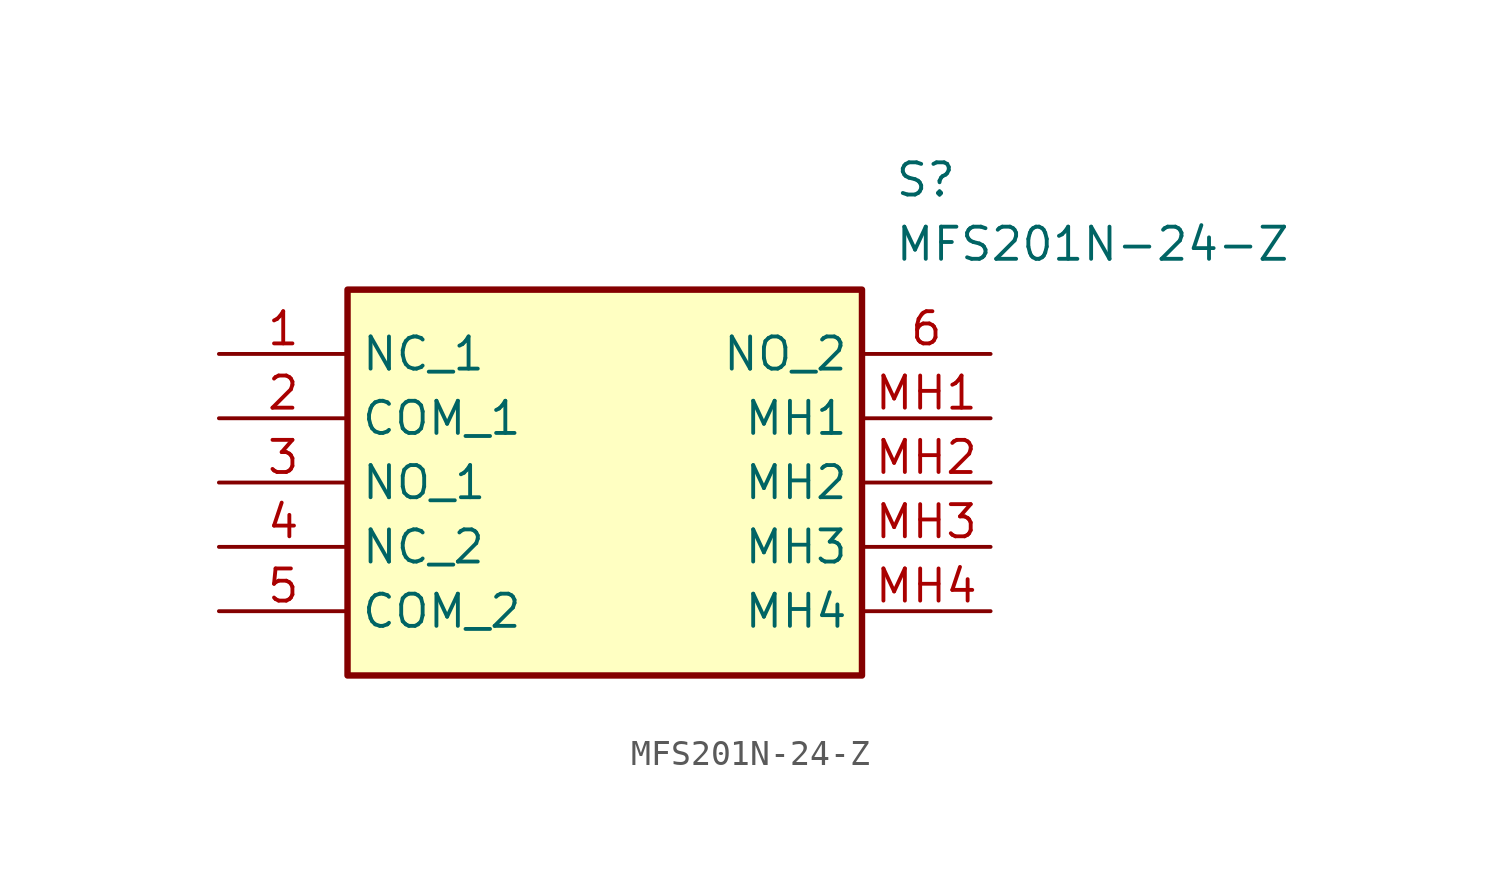
<source format=kicad_sym>
(kicad_symbol_lib
  (version 20211014)
  (generator SamacSys_ECAD_Model)
  (symbol "MFS201N-24-Z"
    (property "Reference" "S"
      (at 26.67 7.62 0)
      (effects (font (size 1.27 1.27)) (justify left top)))
    (property "Value" "MFS201N-24-Z"
      (at 26.67 5.08 0)
      (effects (font (size 1.27 1.27)) (justify left top)))
    (rectangle
      (start 5.08 2.54)
      (end 25.4 -12.7)
      (stroke (width 0.254) (type default))
      (fill (type background)))
    (pin passive line
      (at 0 0 0)
      (length 5.08)
      (name "NC_1" (effects (font (size 1.27 1.27))))
      (number "1" (effects (font (size 1.27 1.27)))))
    (pin passive line
      (at 0 -2.54 0)
      (length 5.08)
      (name "COM_1" (effects (font (size 1.27 1.27))))
      (number "2" (effects (font (size 1.27 1.27)))))
    (pin passive line
      (at 0 -5.08 0)
      (length 5.08)
      (name "NO_1" (effects (font (size 1.27 1.27))))
      (number "3" (effects (font (size 1.27 1.27)))))
    (pin passive line
      (at 0 -7.62 0)
      (length 5.08)
      (name "NC_2" (effects (font (size 1.27 1.27))))
      (number "4" (effects (font (size 1.27 1.27)))))
    (pin passive line
      (at 0 -10.16 0)
      (length 5.08)
      (name "COM_2" (effects (font (size 1.27 1.27))))
      (number "5" (effects (font (size 1.27 1.27)))))
    (pin passive line
      (at 30.48 0 180)
      (length 5.08)
      (name "NO_2" (effects (font (size 1.27 1.27))))
      (number "6" (effects (font (size 1.27 1.27)))))
    (pin passive line
      (at 30.48 -2.54 180)
      (length 5.08)
      (name "MH1" (effects (font (size 1.27 1.27))))
      (number "MH1" (effects (font (size 1.27 1.27)))))
    (pin passive line
      (at 30.48 -5.08 180)
      (length 5.08)
      (name "MH2" (effects (font (size 1.27 1.27))))
      (number "MH2" (effects (font (size 1.27 1.27)))))
    (pin passive line
      (at 30.48 -7.62 180)
      (length 5.08)
      (name "MH3" (effects (font (size 1.27 1.27))))
      (number "MH3" (effects (font (size 1.27 1.27)))))
    (pin passive line
      (at 30.48 -10.16 180)
      (length 5.08)
      (name "MH4" (effects (font (size 1.27 1.27))))
      (number "MH4" (effects (font (size 1.27 1.27)))))))
</source>
